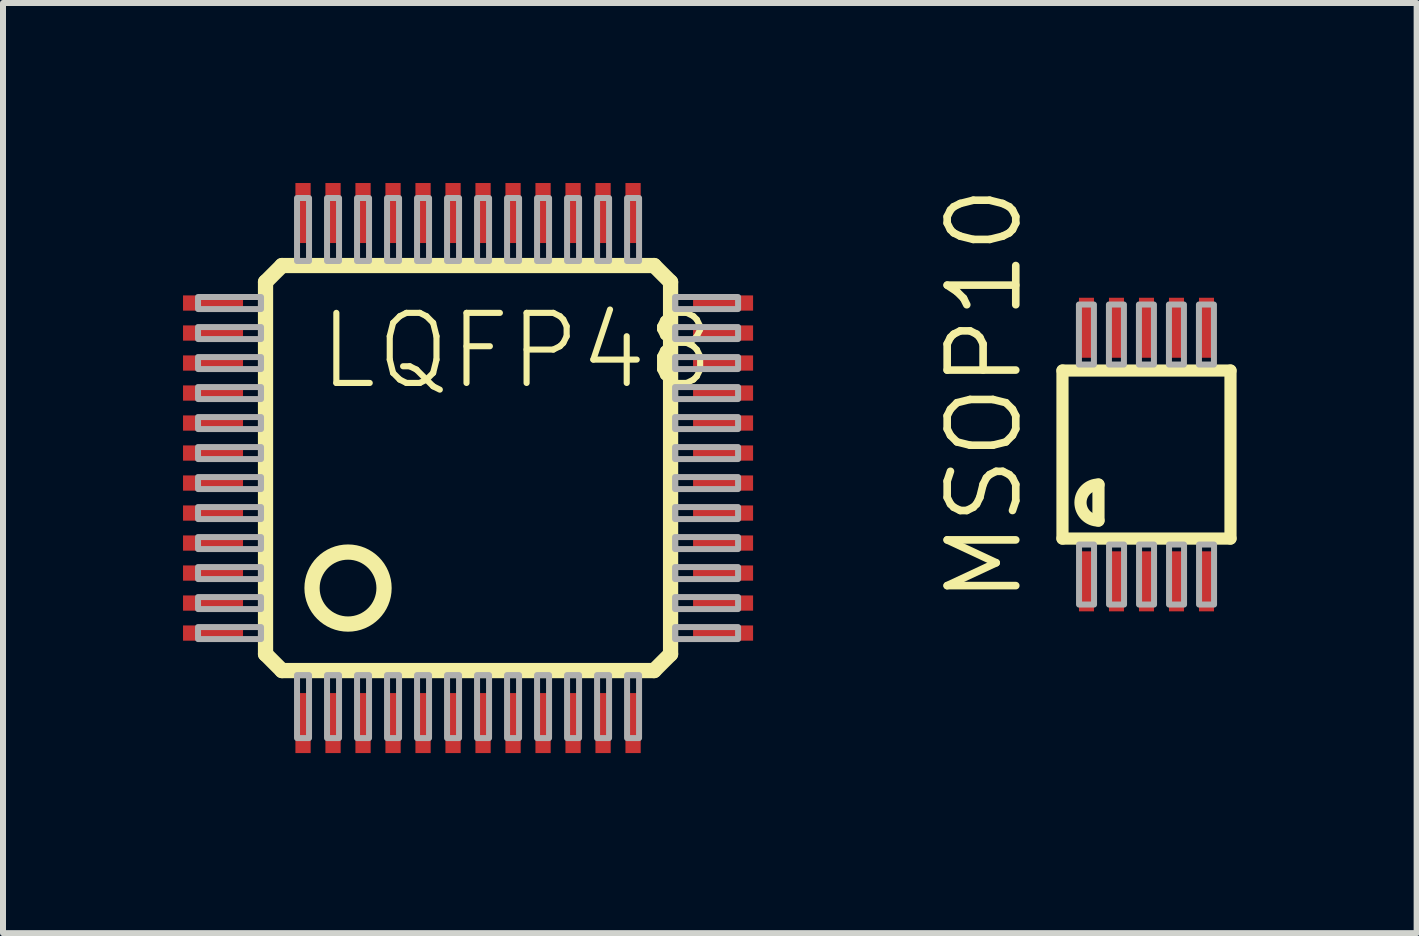
<source format=kicad_pcb>
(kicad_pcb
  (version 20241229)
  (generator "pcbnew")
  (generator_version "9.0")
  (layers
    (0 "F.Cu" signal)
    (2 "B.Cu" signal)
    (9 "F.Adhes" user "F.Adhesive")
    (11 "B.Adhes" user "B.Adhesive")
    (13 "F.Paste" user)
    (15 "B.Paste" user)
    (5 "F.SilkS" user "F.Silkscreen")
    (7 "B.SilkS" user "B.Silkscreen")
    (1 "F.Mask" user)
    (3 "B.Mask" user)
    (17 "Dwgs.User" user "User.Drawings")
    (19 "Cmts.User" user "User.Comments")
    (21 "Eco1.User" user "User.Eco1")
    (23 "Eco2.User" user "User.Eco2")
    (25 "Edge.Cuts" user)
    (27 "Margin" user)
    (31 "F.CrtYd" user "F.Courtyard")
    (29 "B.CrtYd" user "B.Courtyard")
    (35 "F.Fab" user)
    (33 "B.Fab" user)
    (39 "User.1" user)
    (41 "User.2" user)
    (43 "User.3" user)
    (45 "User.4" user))
  (footprint "MSOP10"
    (layer "F.Cu")
    (at 16.056 4.525)
    (property "Reference" "MSOP10" (at -2.032 2.54 90) (layer "F.SilkS") (effects (font (size 1.143 1.143) (thickness 0.127)) (justify left bottom)))
    (fp_line (start -1.4 -1.4) (end 1.4 -1.4) (stroke (width 0.203) (type solid)) (layer "F.SilkS"))
    (fp_line (start -1.4 1.4) (end -1.4 -1.4) (stroke (width 0.203) (type solid)) (layer "F.SilkS"))
    (fp_line (start -0.8 0.5) (end -0.8 1.1) (stroke (width 0.203) (type solid)) (layer "F.SilkS"))
    (fp_line (start 1.4 -1.4) (end 1.4 1.4) (stroke (width 0.203) (type solid)) (layer "F.SilkS"))
    (fp_line (start 1.4 1.4) (end -1.4 1.4) (stroke (width 0.203) (type solid)) (layer "F.SilkS"))
    (fp_arc (start -0.8 1.1) (mid -1.1 0.8) (end -0.8 0.5) (stroke (width 0.2032) (type solid)) (layer "F.SilkS"))
    (fp_poly (pts (xy -1.124 2.5) (xy -0.874 2.5) (xy -0.874 1.5) (xy -1.124 1.5)) (stroke (width 0.1) (type solid)) (fill no) (layer "F.Fab"))
    (fp_poly (pts (xy -0.876 -2.5) (xy -1.126 -2.5) (xy -1.126 -1.5) (xy -0.876 -1.5)) (stroke (width 0.1) (type solid)) (fill no) (layer "F.Fab"))
    (fp_poly (pts (xy -0.624 2.5) (xy -0.374 2.5) (xy -0.374 1.5) (xy -0.624 1.5)) (stroke (width 0.1) (type solid)) (fill no) (layer "F.Fab"))
    (fp_poly (pts (xy -0.376 -2.5) (xy -0.626 -2.5) (xy -0.626 -1.5) (xy -0.376 -1.5)) (stroke (width 0.1) (type solid)) (fill no) (layer "F.Fab"))
    (fp_poly (pts (xy -0.124 2.5) (xy 0.126 2.5) (xy 0.126 1.5) (xy -0.124 1.5)) (stroke (width 0.1) (type solid)) (fill no) (layer "F.Fab"))
    (fp_poly (pts (xy 0.124 -2.5) (xy -0.126 -2.5) (xy -0.126 -1.5) (xy 0.124 -1.5)) (stroke (width 0.1) (type solid)) (fill no) (layer "F.Fab"))
    (fp_poly (pts (xy 0.376 2.5) (xy 0.626 2.5) (xy 0.626 1.5) (xy 0.376 1.5)) (stroke (width 0.1) (type solid)) (fill no) (layer "F.Fab"))
    (fp_poly (pts (xy 0.624 -2.5) (xy 0.374 -2.5) (xy 0.374 -1.5) (xy 0.624 -1.5)) (stroke (width 0.1) (type solid)) (fill no) (layer "F.Fab"))
    (fp_poly (pts (xy 0.876 2.5) (xy 1.126 2.5) (xy 1.126 1.5) (xy 0.876 1.5)) (stroke (width 0.1) (type solid)) (fill no) (layer "F.Fab"))
    (fp_poly (pts (xy 1.124 -2.5) (xy 0.874 -2.5) (xy 0.874 -1.5) (xy 1.124 -1.5)) (stroke (width 0.1) (type solid)) (fill no) (layer "F.Fab"))
    (pad "1" smd rect (at -1 2.113) (size 0.25 1) (layers "F.Cu" "F.Mask" "F.Paste"))
    (pad "2" smd rect (at -0.5 2.113) (size 0.25 1) (layers "F.Cu" "F.Mask" "F.Paste"))
    (pad "3" smd rect (at 0 2.113) (size 0.25 1) (layers "F.Cu" "F.Mask" "F.Paste"))
    (pad "4" smd rect (at 0.5 2.113) (size 0.25 1) (layers "F.Cu" "F.Mask" "F.Paste"))
    (pad "5" smd rect (at 1 2.113) (size 0.25 1) (layers "F.Cu" "F.Mask" "F.Paste"))
    (pad "6" smd rect (at 1 -2.113 180) (size 0.25 1) (layers "F.Cu" "F.Mask" "F.Paste"))
    (pad "7" smd rect (at 0.5 -2.113 180) (size 0.25 1) (layers "F.Cu" "F.Mask" "F.Paste"))
    (pad "8" smd rect (at 0 -2.113 180) (size 0.25 1) (layers "F.Cu" "F.Mask" "F.Paste"))
    (pad "9" smd rect (at -0.5 -2.113 180) (size 0.25 1) (layers "F.Cu" "F.Mask" "F.Paste"))
    (pad "10" smd rect (at -1 -2.113 180) (size 0.25 1) (layers "F.Cu" "F.Mask" "F.Paste")))
  (footprint "LQFP48"
    (layer "F.Cu")
    (at 4.75 4.75)
    (property "Reference" "LQFP48" (at -2.54 -1.27 0) (layer "F.SilkS") (effects (font (size 1.168 1.168) (thickness 0.102)) (justify left bottom)))
    (fp_line (start -3.375 -3.1) (end -3.1 -3.375) (stroke (width 0.254) (type solid)) (layer "F.SilkS"))
    (fp_line (start -3.375 3.1) (end -3.375 -3.1) (stroke (width 0.254) (type solid)) (layer "F.SilkS"))
    (fp_line (start -3.1 -3.375) (end 3.1 -3.375) (stroke (width 0.254) (type solid)) (layer "F.SilkS"))
    (fp_line (start -3.1 3.375) (end -3.375 3.1) (stroke (width 0.254) (type solid)) (layer "F.SilkS"))
    (fp_line (start 3.1 -3.375) (end 3.375 -3.1) (stroke (width 0.254) (type solid)) (layer "F.SilkS"))
    (fp_line (start 3.1 3.375) (end -3.1 3.375) (stroke (width 0.254) (type solid)) (layer "F.SilkS"))
    (fp_line (start 3.375 -3.1) (end 3.375 3.1) (stroke (width 0.254) (type solid)) (layer "F.SilkS"))
    (fp_line (start 3.375 3.1) (end 3.1 3.375) (stroke (width 0.254) (type solid)) (layer "F.SilkS"))
    (fp_circle (center -2 2) (end -1.4 2) (stroke (width 0.254) (type solid)) (fill no) (layer "F.SilkS"))
    (fp_poly (pts (xy -4.5 -2.65) (xy -3.45 -2.65) (xy -3.45 -2.85) (xy -4.5 -2.85)) (stroke (width 0.1) (type solid)) (fill no) (layer "F.Fab"))
    (fp_poly (pts (xy -4.5 -2.15) (xy -3.45 -2.15) (xy -3.45 -2.35) (xy -4.5 -2.35)) (stroke (width 0.1) (type solid)) (fill no) (layer "F.Fab"))
    (fp_poly (pts (xy -4.5 -1.65) (xy -3.45 -1.65) (xy -3.45 -1.85) (xy -4.5 -1.85)) (stroke (width 0.1) (type solid)) (fill no) (layer "F.Fab"))
    (fp_poly (pts (xy -4.5 -1.15) (xy -3.45 -1.15) (xy -3.45 -1.35) (xy -4.5 -1.35)) (stroke (width 0.1) (type solid)) (fill no) (layer "F.Fab"))
    (fp_poly (pts (xy -4.5 -0.65) (xy -3.45 -0.65) (xy -3.45 -0.85) (xy -4.5 -0.85)) (stroke (width 0.1) (type solid)) (fill no) (layer "F.Fab"))
    (fp_poly (pts (xy -4.5 -0.15) (xy -3.45 -0.15) (xy -3.45 -0.35) (xy -4.5 -0.35)) (stroke (width 0.1) (type solid)) (fill no) (layer "F.Fab"))
    (fp_poly (pts (xy -4.5 0.35) (xy -3.45 0.35) (xy -3.45 0.15) (xy -4.5 0.15)) (stroke (width 0.1) (type solid)) (fill no) (layer "F.Fab"))
    (fp_poly (pts (xy -4.5 0.85) (xy -3.45 0.85) (xy -3.45 0.65) (xy -4.5 0.65)) (stroke (width 0.1) (type solid)) (fill no) (layer "F.Fab"))
    (fp_poly (pts (xy -4.5 1.35) (xy -3.45 1.35) (xy -3.45 1.15) (xy -4.5 1.15)) (stroke (width 0.1) (type solid)) (fill no) (layer "F.Fab"))
    (fp_poly (pts (xy -4.5 1.85) (xy -3.45 1.85) (xy -3.45 1.65) (xy -4.5 1.65)) (stroke (width 0.1) (type solid)) (fill no) (layer "F.Fab"))
    (fp_poly (pts (xy -4.5 2.35) (xy -3.45 2.35) (xy -3.45 2.15) (xy -4.5 2.15)) (stroke (width 0.1) (type solid)) (fill no) (layer "F.Fab"))
    (fp_poly (pts (xy -4.5 2.85) (xy -3.45 2.85) (xy -3.45 2.65) (xy -4.5 2.65)) (stroke (width 0.1) (type solid)) (fill no) (layer "F.Fab"))
    (fp_poly (pts (xy -2.85 -3.45) (xy -2.65 -3.45) (xy -2.65 -4.5) (xy -2.85 -4.5)) (stroke (width 0.1) (type solid)) (fill no) (layer "F.Fab"))
    (fp_poly (pts (xy -2.85 4.5) (xy -2.65 4.5) (xy -2.65 3.45) (xy -2.85 3.45)) (stroke (width 0.1) (type solid)) (fill no) (layer "F.Fab"))
    (fp_poly (pts (xy -2.35 -3.45) (xy -2.15 -3.45) (xy -2.15 -4.5) (xy -2.35 -4.5)) (stroke (width 0.1) (type solid)) (fill no) (layer "F.Fab"))
    (fp_poly (pts (xy -2.35 4.5) (xy -2.15 4.5) (xy -2.15 3.45) (xy -2.35 3.45)) (stroke (width 0.1) (type solid)) (fill no) (layer "F.Fab"))
    (fp_poly (pts (xy -1.85 -3.45) (xy -1.65 -3.45) (xy -1.65 -4.5) (xy -1.85 -4.5)) (stroke (width 0.1) (type solid)) (fill no) (layer "F.Fab"))
    (fp_poly (pts (xy -1.85 4.5) (xy -1.65 4.5) (xy -1.65 3.45) (xy -1.85 3.45)) (stroke (width 0.1) (type solid)) (fill no) (layer "F.Fab"))
    (fp_poly (pts (xy -1.35 -3.45) (xy -1.15 -3.45) (xy -1.15 -4.5) (xy -1.35 -4.5)) (stroke (width 0.1) (type solid)) (fill no) (layer "F.Fab"))
    (fp_poly (pts (xy -1.35 4.5) (xy -1.15 4.5) (xy -1.15 3.45) (xy -1.35 3.45)) (stroke (width 0.1) (type solid)) (fill no) (layer "F.Fab"))
    (fp_poly (pts (xy -0.85 -3.45) (xy -0.65 -3.45) (xy -0.65 -4.5) (xy -0.85 -4.5)) (stroke (width 0.1) (type solid)) (fill no) (layer "F.Fab"))
    (fp_poly (pts (xy -0.85 4.5) (xy -0.65 4.5) (xy -0.65 3.45) (xy -0.85 3.45)) (stroke (width 0.1) (type solid)) (fill no) (layer "F.Fab"))
    (fp_poly (pts (xy -0.35 -3.45) (xy -0.15 -3.45) (xy -0.15 -4.5) (xy -0.35 -4.5)) (stroke (width 0.1) (type solid)) (fill no) (layer "F.Fab"))
    (fp_poly (pts (xy -0.35 4.5) (xy -0.15 4.5) (xy -0.15 3.45) (xy -0.35 3.45)) (stroke (width 0.1) (type solid)) (fill no) (layer "F.Fab"))
    (fp_poly (pts (xy 0.15 -3.45) (xy 0.35 -3.45) (xy 0.35 -4.5) (xy 0.15 -4.5)) (stroke (width 0.1) (type solid)) (fill no) (layer "F.Fab"))
    (fp_poly (pts (xy 0.15 4.5) (xy 0.35 4.5) (xy 0.35 3.45) (xy 0.15 3.45)) (stroke (width 0.1) (type solid)) (fill no) (layer "F.Fab"))
    (fp_poly (pts (xy 0.65 -3.45) (xy 0.85 -3.45) (xy 0.85 -4.5) (xy 0.65 -4.5)) (stroke (width 0.1) (type solid)) (fill no) (layer "F.Fab"))
    (fp_poly (pts (xy 0.65 4.5) (xy 0.85 4.5) (xy 0.85 3.45) (xy 0.65 3.45)) (stroke (width 0.1) (type solid)) (fill no) (layer "F.Fab"))
    (fp_poly (pts (xy 1.15 -3.45) (xy 1.35 -3.45) (xy 1.35 -4.5) (xy 1.15 -4.5)) (stroke (width 0.1) (type solid)) (fill no) (layer "F.Fab"))
    (fp_poly (pts (xy 1.15 4.5) (xy 1.35 4.5) (xy 1.35 3.45) (xy 1.15 3.45)) (stroke (width 0.1) (type solid)) (fill no) (layer "F.Fab"))
    (fp_poly (pts (xy 1.65 -3.45) (xy 1.85 -3.45) (xy 1.85 -4.5) (xy 1.65 -4.5)) (stroke (width 0.1) (type solid)) (fill no) (layer "F.Fab"))
    (fp_poly (pts (xy 1.65 4.5) (xy 1.85 4.5) (xy 1.85 3.45) (xy 1.65 3.45)) (stroke (width 0.1) (type solid)) (fill no) (layer "F.Fab"))
    (fp_poly (pts (xy 2.15 -3.45) (xy 2.35 -3.45) (xy 2.35 -4.5) (xy 2.15 -4.5)) (stroke (width 0.1) (type solid)) (fill no) (layer "F.Fab"))
    (fp_poly (pts (xy 2.15 4.5) (xy 2.35 4.5) (xy 2.35 3.45) (xy 2.15 3.45)) (stroke (width 0.1) (type solid)) (fill no) (layer "F.Fab"))
    (fp_poly (pts (xy 2.65 -3.45) (xy 2.85 -3.45) (xy 2.85 -4.5) (xy 2.65 -4.5)) (stroke (width 0.1) (type solid)) (fill no) (layer "F.Fab"))
    (fp_poly (pts (xy 2.65 4.5) (xy 2.85 4.5) (xy 2.85 3.45) (xy 2.65 3.45)) (stroke (width 0.1) (type solid)) (fill no) (layer "F.Fab"))
    (fp_poly (pts (xy 3.45 -2.65) (xy 4.5 -2.65) (xy 4.5 -2.85) (xy 3.45 -2.85)) (stroke (width 0.1) (type solid)) (fill no) (layer "F.Fab"))
    (fp_poly (pts (xy 3.45 -2.15) (xy 4.5 -2.15) (xy 4.5 -2.35) (xy 3.45 -2.35)) (stroke (width 0.1) (type solid)) (fill no) (layer "F.Fab"))
    (fp_poly (pts (xy 3.45 -1.65) (xy 4.5 -1.65) (xy 4.5 -1.85) (xy 3.45 -1.85)) (stroke (width 0.1) (type solid)) (fill no) (layer "F.Fab"))
    (fp_poly (pts (xy 3.45 -1.15) (xy 4.5 -1.15) (xy 4.5 -1.35) (xy 3.45 -1.35)) (stroke (width 0.1) (type solid)) (fill no) (layer "F.Fab"))
    (fp_poly (pts (xy 3.45 -0.65) (xy 4.5 -0.65) (xy 4.5 -0.85) (xy 3.45 -0.85)) (stroke (width 0.1) (type solid)) (fill no) (layer "F.Fab"))
    (fp_poly (pts (xy 3.45 -0.15) (xy 4.5 -0.15) (xy 4.5 -0.35) (xy 3.45 -0.35)) (stroke (width 0.1) (type solid)) (fill no) (layer "F.Fab"))
    (fp_poly (pts (xy 3.45 0.35) (xy 4.5 0.35) (xy 4.5 0.15) (xy 3.45 0.15)) (stroke (width 0.1) (type solid)) (fill no) (layer "F.Fab"))
    (fp_poly (pts (xy 3.45 0.85) (xy 4.5 0.85) (xy 4.5 0.65) (xy 3.45 0.65)) (stroke (width 0.1) (type solid)) (fill no) (layer "F.Fab"))
    (fp_poly (pts (xy 3.45 1.35) (xy 4.5 1.35) (xy 4.5 1.15) (xy 3.45 1.15)) (stroke (width 0.1) (type solid)) (fill no) (layer "F.Fab"))
    (fp_poly (pts (xy 3.45 1.85) (xy 4.5 1.85) (xy 4.5 1.65) (xy 3.45 1.65)) (stroke (width 0.1) (type solid)) (fill no) (layer "F.Fab"))
    (fp_poly (pts (xy 3.45 2.35) (xy 4.5 2.35) (xy 4.5 2.15) (xy 3.45 2.15)) (stroke (width 0.1) (type solid)) (fill no) (layer "F.Fab"))
    (fp_poly (pts (xy 3.45 2.85) (xy 4.5 2.85) (xy 4.5 2.65) (xy 3.45 2.65)) (stroke (width 0.1) (type solid)) (fill no) (layer "F.Fab"))
    (pad "1" smd rect (at -2.75 4.25) (size 0.254 1) (layers "F.Cu" "F.Mask" "F.Paste"))
    (pad "2" smd rect (at -2.25 4.25) (size 0.254 1) (layers "F.Cu" "F.Mask" "F.Paste"))
    (pad "3" smd rect (at -1.75 4.25) (size 0.254 1) (layers "F.Cu" "F.Mask" "F.Paste"))
    (pad "4" smd rect (at -1.25 4.25) (size 0.254 1) (layers "F.Cu" "F.Mask" "F.Paste"))
    (pad "5" smd rect (at -0.75 4.25) (size 0.254 1) (layers "F.Cu" "F.Mask" "F.Paste"))
    (pad "6" smd rect (at -0.25 4.25) (size 0.254 1) (layers "F.Cu" "F.Mask" "F.Paste"))
    (pad "7" smd rect (at 0.25 4.25) (size 0.254 1) (layers "F.Cu" "F.Mask" "F.Paste"))
    (pad "8" smd rect (at 0.75 4.25) (size 0.254 1) (layers "F.Cu" "F.Mask" "F.Paste"))
    (pad "9" smd rect (at 1.25 4.25) (size 0.254 1) (layers "F.Cu" "F.Mask" "F.Paste"))
    (pad "10" smd rect (at 1.75 4.25) (size 0.254 1) (layers "F.Cu" "F.Mask" "F.Paste"))
    (pad "11" smd rect (at 2.25 4.25) (size 0.254 1) (layers "F.Cu" "F.Mask" "F.Paste"))
    (pad "12" smd rect (at 2.75 4.25) (size 0.254 1) (layers "F.Cu" "F.Mask" "F.Paste"))
    (pad "13" smd rect (at 4.25 2.75) (size 1 0.254) (layers "F.Cu" "F.Mask" "F.Paste"))
    (pad "14" smd rect (at 4.25 2.25) (size 1 0.254) (layers "F.Cu" "F.Mask" "F.Paste"))
    (pad "15" smd rect (at 4.25 1.75) (size 1 0.254) (layers "F.Cu" "F.Mask" "F.Paste"))
    (pad "16" smd rect (at 4.25 1.25) (size 1 0.254) (layers "F.Cu" "F.Mask" "F.Paste"))
    (pad "17" smd rect (at 4.25 0.75) (size 1 0.254) (layers "F.Cu" "F.Mask" "F.Paste"))
    (pad "18" smd rect (at 4.25 0.25) (size 1 0.254) (layers "F.Cu" "F.Mask" "F.Paste"))
    (pad "19" smd rect (at 4.25 -0.25) (size 1 0.254) (layers "F.Cu" "F.Mask" "F.Paste"))
    (pad "20" smd rect (at 4.25 -0.75) (size 1 0.254) (layers "F.Cu" "F.Mask" "F.Paste"))
    (pad "21" smd rect (at 4.25 -1.25) (size 1 0.254) (layers "F.Cu" "F.Mask" "F.Paste"))
    (pad "22" smd rect (at 4.25 -1.75) (size 1 0.254) (layers "F.Cu" "F.Mask" "F.Paste"))
    (pad "23" smd rect (at 4.25 -2.25) (size 1 0.254) (layers "F.Cu" "F.Mask" "F.Paste"))
    (pad "24" smd rect (at 4.25 -2.75) (size 1 0.254) (layers "F.Cu" "F.Mask" "F.Paste"))
    (pad "25" smd rect (at 2.75 -4.25) (size 0.254 1) (layers "F.Cu" "F.Mask" "F.Paste"))
    (pad "26" smd rect (at 2.25 -4.25) (size 0.254 1) (layers "F.Cu" "F.Mask" "F.Paste"))
    (pad "27" smd rect (at 1.75 -4.25) (size 0.254 1) (layers "F.Cu" "F.Mask" "F.Paste"))
    (pad "28" smd rect (at 1.25 -4.25) (size 0.254 1) (layers "F.Cu" "F.Mask" "F.Paste"))
    (pad "29" smd rect (at 0.75 -4.25) (size 0.254 1) (layers "F.Cu" "F.Mask" "F.Paste"))
    (pad "30" smd rect (at 0.25 -4.25) (size 0.254 1) (layers "F.Cu" "F.Mask" "F.Paste"))
    (pad "31" smd rect (at -0.25 -4.25) (size 0.254 1) (layers "F.Cu" "F.Mask" "F.Paste"))
    (pad "32" smd rect (at -0.75 -4.25) (size 0.254 1) (layers "F.Cu" "F.Mask" "F.Paste"))
    (pad "33" smd rect (at -1.25 -4.25) (size 0.254 1) (layers "F.Cu" "F.Mask" "F.Paste"))
    (pad "34" smd rect (at -1.75 -4.25) (size 0.254 1) (layers "F.Cu" "F.Mask" "F.Paste"))
    (pad "35" smd rect (at -2.25 -4.25) (size 0.254 1) (layers "F.Cu" "F.Mask" "F.Paste"))
    (pad "36" smd rect (at -2.75 -4.25) (size 0.254 1) (layers "F.Cu" "F.Mask" "F.Paste"))
    (pad "37" smd rect (at -4.25 -2.75) (size 1 0.254) (layers "F.Cu" "F.Mask" "F.Paste"))
    (pad "38" smd rect (at -4.25 -2.25) (size 1 0.254) (layers "F.Cu" "F.Mask" "F.Paste"))
    (pad "39" smd rect (at -4.25 -1.75) (size 1 0.254) (layers "F.Cu" "F.Mask" "F.Paste"))
    (pad "40" smd rect (at -4.25 -1.25) (size 1 0.254) (layers "F.Cu" "F.Mask" "F.Paste"))
    (pad "41" smd rect (at -4.25 -0.75) (size 1 0.254) (layers "F.Cu" "F.Mask" "F.Paste"))
    (pad "42" smd rect (at -4.25 -0.25) (size 1 0.254) (layers "F.Cu" "F.Mask" "F.Paste"))
    (pad "43" smd rect (at -4.25 0.25) (size 1 0.254) (layers "F.Cu" "F.Mask" "F.Paste"))
    (pad "44" smd rect (at -4.25 0.75) (size 1 0.254) (layers "F.Cu" "F.Mask" "F.Paste"))
    (pad "45" smd rect (at -4.25 1.25) (size 1 0.254) (layers "F.Cu" "F.Mask" "F.Paste"))
    (pad "46" smd rect (at -4.25 1.75) (size 1 0.254) (layers "F.Cu" "F.Mask" "F.Paste"))
    (pad "47" smd rect (at -4.25 2.25) (size 1 0.254) (layers "F.Cu" "F.Mask" "F.Paste"))
    (pad "48" smd rect (at -4.25 2.75) (size 1 0.254) (layers "F.Cu" "F.Mask" "F.Paste")))
  (gr_rect
    (start -3 -3)
    (end 20.558 12.5)
    (stroke (width 0.1) (type default))
    (fill no)
    (layer "Edge.Cuts")))
</source>
